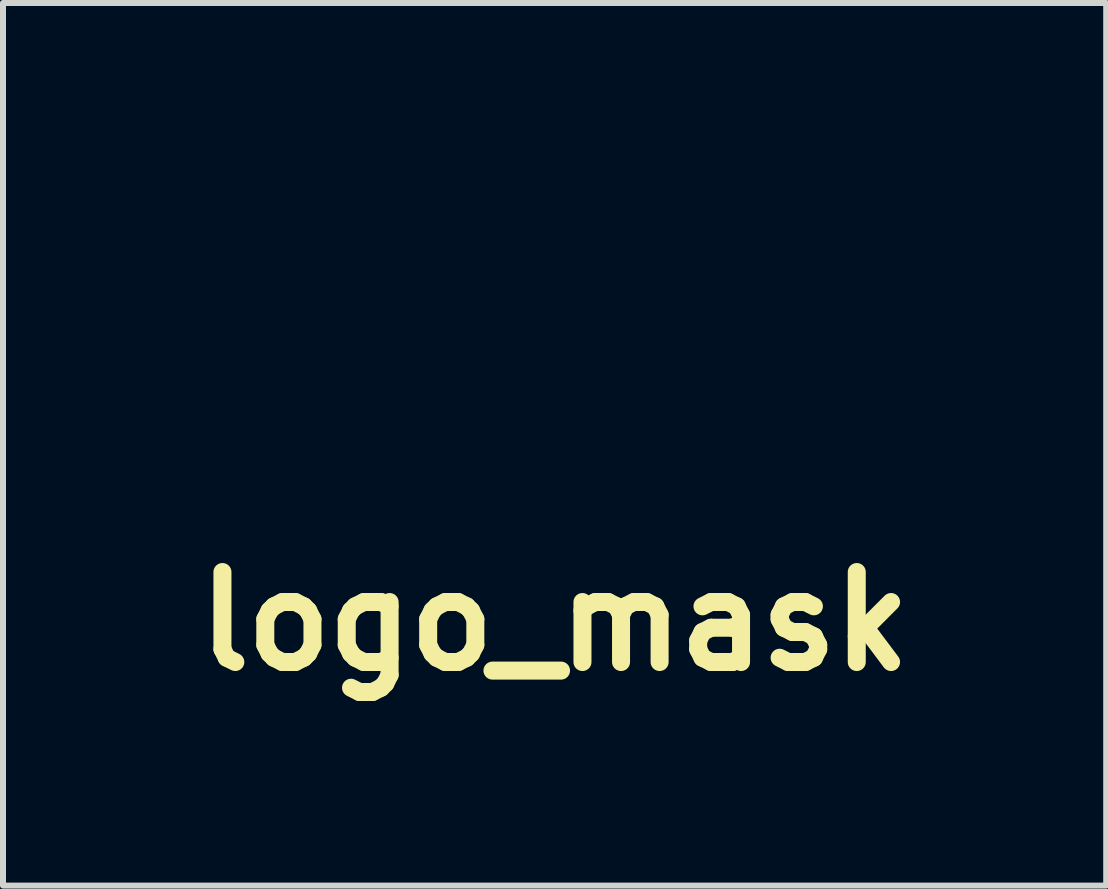
<source format=kicad_pcb>
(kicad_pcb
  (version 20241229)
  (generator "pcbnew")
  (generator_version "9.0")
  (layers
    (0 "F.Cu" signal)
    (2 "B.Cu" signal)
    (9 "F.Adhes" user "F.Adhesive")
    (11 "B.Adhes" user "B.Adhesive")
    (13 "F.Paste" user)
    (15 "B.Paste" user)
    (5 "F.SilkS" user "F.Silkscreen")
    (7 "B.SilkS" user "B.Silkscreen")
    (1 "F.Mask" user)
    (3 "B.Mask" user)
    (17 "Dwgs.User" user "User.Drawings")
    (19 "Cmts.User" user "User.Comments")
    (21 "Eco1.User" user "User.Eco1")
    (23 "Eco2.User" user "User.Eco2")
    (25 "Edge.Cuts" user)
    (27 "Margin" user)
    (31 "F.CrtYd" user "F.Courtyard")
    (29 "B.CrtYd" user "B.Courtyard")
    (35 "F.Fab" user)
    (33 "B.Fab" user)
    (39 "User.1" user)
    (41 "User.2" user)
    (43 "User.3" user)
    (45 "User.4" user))
  (footprint "logo_mask"
    (layer "F.Cu")
    (at 6.193 3.705)
    (property "Reference" "logo_mask" (at 0 3.6 0) (layer "F.SilkS") (effects (font (size 1.5 1.5) (thickness 0.3))))
    (attr board_only exclude_from_pos_files exclude_from_bom)
    (fp_poly (pts (xy -1.88 0.69) (xy -1.89 0.7) (xy -1.9 0.69) (xy -1.89 0.68)) (stroke (width 0) (type solid)) (fill yes) (layer "F.Mask"))
    (fp_poly (pts (xy -1.3 1.77) (xy -1.31 1.78) (xy -1.32 1.77) (xy -1.31 1.76)) (stroke (width 0) (type solid)) (fill yes) (layer "F.Mask"))
    (fp_poly (pts (xy -0.96 -3.21) (xy -0.97 -3.2) (xy -0.98 -3.21) (xy -0.97 -3.22)) (stroke (width 0) (type solid)) (fill yes) (layer "F.Mask"))
    (fp_poly (pts (xy -0.12 -2.61) (xy -0.13 -2.6) (xy -0.14 -2.61) (xy -0.13 -2.62)) (stroke (width 0) (type solid)) (fill yes) (layer "F.Mask"))
    (fp_poly (pts (xy 0.02 -3.51) (xy 0.01 -3.5) (xy 0 -3.51) (xy 0.01 -3.52)) (stroke (width 0) (type solid)) (fill yes) (layer "F.Mask"))
    (fp_poly (pts (xy 0.08 -3.53) (xy 0.07 -3.52) (xy 0.06 -3.53) (xy 0.07 -3.54)) (stroke (width 0) (type solid)) (fill yes) (layer "F.Mask"))
    (fp_poly (pts (xy 0.22 2.27) (xy 0.21 2.28) (xy 0.2 2.27) (xy 0.21 2.26)) (stroke (width 0) (type solid)) (fill yes) (layer "F.Mask"))
    (fp_poly (pts (xy 0.24 -1.61) (xy 0.23 -1.6) (xy 0.22 -1.61) (xy 0.23 -1.62)) (stroke (width 0) (type solid)) (fill yes) (layer "F.Mask"))
    (fp_poly (pts (xy 0.32 2.29) (xy 0.31 2.3) (xy 0.3 2.29) (xy 0.31 2.28)) (stroke (width 0) (type solid)) (fill yes) (layer "F.Mask"))
    (fp_poly (pts (xy 0.6 2.13) (xy 0.59 2.14) (xy 0.58 2.13) (xy 0.59 2.12)) (stroke (width 0) (type solid)) (fill yes) (layer "F.Mask"))
    (fp_poly (pts (xy 0.62 2.27) (xy 0.61 2.28) (xy 0.6 2.27) (xy 0.61 2.26)) (stroke (width 0) (type solid)) (fill yes) (layer "F.Mask"))
    (fp_poly (pts (xy 0.74 -2.51) (xy 0.73 -2.5) (xy 0.72 -2.51) (xy 0.73 -2.52)) (stroke (width 0) (type solid)) (fill yes) (layer "F.Mask"))
    (fp_poly (pts (xy 0.74 2.25) (xy 0.73 2.26) (xy 0.72 2.25) (xy 0.73 2.24)) (stroke (width 0) (type solid)) (fill yes) (layer "F.Mask"))
    (fp_poly (pts (xy 1.08 1.67) (xy 1.07 1.68) (xy 1.06 1.67) (xy 1.07 1.66)) (stroke (width 0) (type solid)) (fill yes) (layer "F.Mask"))
    (fp_poly (pts (xy 1.48 1.25) (xy 1.47 1.26) (xy 1.46 1.25) (xy 1.47 1.24)) (stroke (width 0) (type solid)) (fill yes) (layer "F.Mask"))
    (fp_poly (pts (xy 1.82 -0.83) (xy 1.81 -0.82) (xy 1.8 -0.83) (xy 1.81 -0.84)) (stroke (width 0) (type solid)) (fill yes) (layer "F.Mask"))
    (fp_poly (pts (xy 0.155 2.268) (xy 0.149 2.277) (xy 0.128 2.278) (xy 0.107 2.274) (xy 0.116 2.266) (xy 0.148 2.264)) (stroke (width 0) (type solid)) (fill yes) (layer "F.Mask"))
    (fp_poly (pts (xy 0.375 2.148) (xy 0.369 2.157) (xy 0.348 2.158) (xy 0.327 2.154) (xy 0.336 2.146) (xy 0.368 2.144)) (stroke (width 0) (type solid)) (fill yes) (layer "F.Mask"))
    (fp_poly (pts (xy 0.695 2.268) (xy 0.689 2.277) (xy 0.668 2.278) (xy 0.647 2.274) (xy 0.656 2.266) (xy 0.688 2.264)) (stroke (width 0) (type solid)) (fill yes) (layer "F.Mask"))
    (fp_poly (pts (xy 1.053 1.727) (xy 1.056 1.75) (xy 1.053 1.753) (xy 1.041 1.751) (xy 1.04 1.74) (xy 1.047 1.724)) (stroke (width 0) (type solid)) (fill yes) (layer "F.Mask"))
    (fp_poly (pts (xy 1.813 -0.793) (xy 1.816 -0.77) (xy 1.813 -0.767) (xy 1.801 -0.769) (xy 1.8 -0.78) (xy 1.807 -0.796)) (stroke (width 0) (type solid)) (fill yes) (layer "F.Mask"))
    (fp_poly (pts (xy -0.763 1.928) (xy -0.742 1.948) (xy -0.746 1.96) (xy -0.749 1.96) (xy -0.766 1.946) (xy -0.772 1.937) (xy -0.774 1.923)) (stroke (width 0) (type solid)) (fill yes) (layer "F.Mask"))
    (fp_poly (pts (xy 0.26 -3.368) (xy 0.262 -3.365) (xy 0.278 -3.339) (xy 0.276 -3.329) (xy 0.261 -3.335) (xy 0.251 -3.354) (xy 0.245 -3.378)) (stroke (width 0) (type solid)) (fill yes) (layer "F.Mask"))
    (fp_poly (pts (xy 0.689 -3.388) (xy 0.717 -3.371) (xy 0.712 -3.361) (xy 0.701 -3.36) (xy 0.674 -3.375) (xy 0.67 -3.38) (xy 0.673 -3.391)) (stroke (width 0) (type solid)) (fill yes) (layer "F.Mask"))
    (fp_poly (pts (xy 0.547 2.141) (xy 0.547 2.145) (xy 0.525 2.153) (xy 0.483 2.159) (xy 0.438 2.16) (xy 0.406 2.157) (xy 0.4 2.152) (xy 0.418 2.145) (xy 0.462 2.138) (xy 0.478 2.137) (xy 0.525 2.135)) (stroke (width 0) (type solid)) (fill yes) (layer "F.Mask"))
    (fp_poly (pts (xy 0.039 -2.686) (xy 0.024 -2.667) (xy -0.015 -2.633) (xy -0.056 -2.602) (xy -0.104 -2.568) (xy -0.122 -2.561) (xy -0.11 -2.579) (xy -0.11 -2.579) (xy -0.071 -2.618) (xy -0.028 -2.654) (xy 0.011 -2.68) (xy 0.035 -2.69)) (stroke (width 0) (type solid)) (fill yes) (layer "F.Mask"))
    (fp_poly (pts (xy 1.271 -3.451) (xy 1.296 -3.426) (xy 1.288 -3.4) (xy 1.282 -3.392) (xy 1.254 -3.365) (xy 1.225 -3.366) (xy 1.195 -3.382) (xy 1.163 -3.411) (xy 1.166 -3.42) (xy 1.2 -3.42) (xy 1.216 -3.402) (xy 1.23 -3.4) (xy 1.257 -3.411) (xy 1.26 -3.42) (xy 1.244 -3.438) (xy 1.23 -3.44) (xy 1.203 -3.429) (xy 1.2 -3.42) (xy 1.166 -3.42) (xy 1.172 -3.441) (xy 1.197 -3.459) (xy 1.242 -3.466)) (stroke (width 0) (type solid)) (fill yes) (layer "F.Mask"))
    (fp_poly (pts (xy 1.66 -2.088) (xy 1.674 -2.058) (xy 1.692 -1.996) (xy 1.712 -1.912) (xy 1.733 -1.812) (xy 1.752 -1.705) (xy 1.768 -1.6) (xy 1.78 -1.505) (xy 1.781 -1.5) (xy 1.793 -1.393) (xy 1.81 -1.275) (xy 1.828 -1.171) (xy 1.828 -1.17) (xy 1.846 -1.065) (xy 1.86 -0.956) (xy 1.87 -0.852) (xy 1.875 -0.76) (xy 1.876 -0.688) (xy 1.871 -0.643) (xy 1.865 -0.633) (xy 1.842 -0.637) (xy 1.832 -0.651) (xy 1.831 -0.672) (xy 1.84 -0.67) (xy 1.85 -0.68) (xy 1.852 -0.722) (xy 1.85 -0.744) (xy 1.844 -0.812) (xy 1.836 -0.898) (xy 1.83 -0.96) (xy 1.822 -1.031) (xy 1.811 -1.11) (xy 1.795 -1.201) (xy 1.772 -1.314) (xy 1.742 -1.454) (xy 1.721 -1.552) (xy 1.699 -1.651) (xy 1.686 -1.715) (xy 1.682 -1.749) (xy 1.685 -1.758) (xy 1.696 -1.746) (xy 1.7 -1.74) (xy 1.716 -1.725) (xy 1.72 -1.745) (xy 1.713 -1.796) (xy 1.697 -1.872) (xy 1.68 -1.935) (xy 1.657 -2.019) (xy 1.645 -2.071) (xy 1.642 -2.095) (xy 1.648 -2.098)) (stroke (width 0) (type solid)) (fill yes) (layer "F.Mask"))
    (fp_poly (pts (xy 1.168 -1.864) (xy 1.221 -1.821) (xy 1.27 -1.762) (xy 1.308 -1.697) (xy 1.329 -1.634) (xy 1.327 -1.583) (xy 1.319 -1.569) (xy 1.306 -1.54) (xy 1.323 -1.507) (xy 1.328 -1.502) (xy 1.354 -1.457) (xy 1.373 -1.397) (xy 1.373 -1.393) (xy 1.377 -1.357) (xy 1.372 -1.327) (xy 1.352 -1.295) (xy 1.313 -1.252) (xy 1.25 -1.191) (xy 1.189 -1.135) (xy 1.139 -1.094) (xy 1.106 -1.073) (xy 1.097 -1.072) (xy 1.069 -1.071) (xy 1.045 -1.06) (xy 1.021 -1.043) (xy 1.031 -1.044) (xy 1.045 -1.048) (xy 1.074 -1.048) (xy 1.08 -1.039) (xy 1.062 -1.029) (xy 1.015 -1.022) (xy 0.965 -1.02) (xy 0.877 -1.017) (xy 0.786 -1.011) (xy 0.748 -1.007) (xy 0.683 -1.004) (xy 0.642 -1.009) (xy 0.633 -1.015) (xy 0.607 -1.031) (xy 0.558 -1.045) (xy 0.556 -1.045) (xy 0.649 -1.045) (xy 0.668 -1.042) (xy 0.694 -1.045) (xy 0.695 -1.052) (xy 0.668 -1.057) (xy 0.656 -1.054) (xy 0.649 -1.045) (xy 0.556 -1.045) (xy 0.542 -1.047) (xy 0.469 -1.072) (xy 0.415 -1.106) (xy 0.461 -1.106) (xy 0.482 -1.091) (xy 0.505 -1.081) (xy 0.559 -1.063) (xy 0.58 -1.066) (xy 0.58 -1.068) (xy 0.76 -1.068) (xy 0.778 -1.063) (xy 0.822 -1.06) (xy 0.835 -1.06) (xy 0.88 -1.064) (xy 0.888 -1.074) (xy 0.884 -1.077) (xy 0.853 -1.085) (xy 0.81 -1.085) (xy 0.773 -1.078) (xy 0.76 -1.068) (xy 0.58 -1.068) (xy 0.58 -1.068) (xy 0.563 -1.079) (xy 0.523 -1.096) (xy 0.52 -1.097) (xy 0.475 -1.109) (xy 0.461 -1.106) (xy 0.415 -1.106) (xy 0.392 -1.12) (xy 0.38 -1.13) (xy 0.378 -1.131) (xy 0.983 -1.131) (xy 0.988 -1.121) (xy 0.999 -1.12) (xy 1.026 -1.135) (xy 1.03 -1.14) (xy 1.027 -1.151) (xy 1.011 -1.148) (xy 0.983 -1.131) (xy 0.378 -1.131) (xy 0.329 -1.172) (xy 0.288 -1.204) (xy 0.28 -1.21) (xy 1.04 -1.21) (xy 1.05 -1.2) (xy 1.057 -1.207) (xy 1.187 -1.207) (xy 1.213 -1.213) (xy 1.257 -1.235) (xy 1.302 -1.273) (xy 1.303 -1.275) (xy 1.331 -1.306) (xy 1.332 -1.314) (xy 1.31 -1.303) (xy 1.265 -1.274) (xy 1.22 -1.241) (xy 1.188 -1.215) (xy 1.187 -1.207) (xy 1.057 -1.207) (xy 1.06 -1.21) (xy 1.05 -1.22) (xy 1.04 -1.21) (xy 0.28 -1.21) (xy 0.273 -1.215) (xy 0.261 -1.23) (xy 1.12 -1.23) (xy 1.13 -1.22) (xy 1.14 -1.23) (xy 1.13 -1.24) (xy 1.12 -1.23) (xy 0.261 -1.23) (xy 0.25 -1.244) (xy 0.224 -1.299) (xy 0.199 -1.365) (xy 0.186 -1.411) (xy 0.194 -1.46) (xy 0.228 -1.514) (xy 0.258 -1.554) (xy 0.269 -1.581) (xy 0.268 -1.585) (xy 0.274 -1.605) (xy 0.301 -1.64) (xy 0.341 -1.683) (xy 0.385 -1.723) (xy 0.423 -1.751) (xy 0.444 -1.76) (xy 0.478 -1.754) (xy 0.537 -1.739) (xy 0.602 -1.719) (xy 0.73 -1.678) (xy 0.794 -1.754) (xy 0.834 -1.798) (xy 0.865 -1.826) (xy 0.874 -1.831) (xy 0.903 -1.84) (xy 0.93 -1.854) (xy 1.009 -1.878) (xy 1.116 -1.882)) (stroke (width 0) (type solid)) (fill yes) (layer "F.Mask"))
    (fp_poly (pts (xy 0.848 -3.063) (xy 0.843 -3.039) (xy 0.821 -3.021) (xy 0.794 -2.994) (xy 0.792 -2.973) (xy 0.784 -2.945) (xy 0.752 -2.905) (xy 0.726 -2.88) (xy 0.664 -2.822) (xy 0.633 -2.786) (xy 0.636 -2.772) (xy 0.67 -2.78) (xy 0.67 -2.78) (xy 0.712 -2.795) (xy 0.729 -2.795) (xy 0.72 -2.778) (xy 0.685 -2.74) (xy 0.643 -2.697) (xy 0.586 -2.636) (xy 0.559 -2.595) (xy 0.559 -2.571) (xy 0.56 -2.57) (xy 0.569 -2.541) (xy 0.565 -2.53) (xy 0.568 -2.526) (xy 0.595 -2.538) (xy 0.637 -2.551) (xy 0.668 -2.536) (xy 0.668 -2.536) (xy 0.683 -2.514) (xy 0.674 -2.488) (xy 0.645 -2.456) (xy 0.618 -2.419) (xy 0.597 -2.375) (xy 0.585 -2.335) (xy 0.585 -2.31) (xy 0.599 -2.309) (xy 0.613 -2.301) (xy 0.625 -2.269) (xy 0.63 -2.228) (xy 0.626 -2.194) (xy 0.623 -2.189) (xy 0.595 -2.175) (xy 0.574 -2.176) (xy 0.547 -2.194) (xy 0.548 -2.212) (xy 0.548 -2.231) (xy 0.519 -2.23) (xy 0.506 -2.227) (xy 0.47 -2.221) (xy 0.462 -2.235) (xy 0.467 -2.25) (xy 0.468 -2.289) (xy 0.456 -2.302) (xy 0.446 -2.321) (xy 0.464 -2.354) (xy 0.481 -2.373) (xy 0.504 -2.402) (xy 0.503 -2.407) (xy 0.496 -2.403) (xy 0.455 -2.387) (xy 0.427 -2.404) (xy 0.42 -2.431) (xy 0.412 -2.452) (xy 0.447 -2.452) (xy 0.452 -2.447) (xy 0.465 -2.451) (xy 0.499 -2.477) (xy 0.508 -2.492) (xy 0.514 -2.517) (xy 0.5 -2.511) (xy 0.469 -2.479) (xy 0.447 -2.452) (xy 0.412 -2.452) (xy 0.409 -2.457) (xy 0.383 -2.451) (xy 0.359 -2.429) (xy 0.294 -2.378) (xy 0.211 -2.349) (xy 0.2 -2.347) (xy 0.14 -2.338) (xy 0.095 -2.329) (xy 0.055 -2.324) (xy 0.043 -2.337) (xy 0.06 -2.372) (xy 0.106 -2.43) (xy 0.112 -2.436) (xy 0.151 -2.488) (xy 0.161 -2.515) (xy 0.14 -2.516) (xy 0.089 -2.49) (xy 0.084 -2.487) (xy 0.062 -2.477) (xy 0.07 -2.49) (xy 0.109 -2.528) (xy 0.11 -2.528) (xy 0.147 -2.562) (xy 0.204 -2.562) (xy 0.206 -2.556) (xy 0.231 -2.567) (xy 0.271 -2.593) (xy 0.29 -2.608) (xy 0.313 -2.63) (xy 0.31 -2.639) (xy 0.283 -2.627) (xy 0.241 -2.597) (xy 0.23 -2.588) (xy 0.204 -2.562) (xy 0.147 -2.562) (xy 0.19 -2.602) (xy 0.08 -2.547) (xy -0.038 -2.489) (xy -0.124 -2.447) (xy -0.185 -2.419) (xy -0.225 -2.403) (xy -0.249 -2.398) (xy -0.261 -2.401) (xy -0.268 -2.411) (xy -0.268 -2.412) (xy -0.258 -2.44) (xy -0.21 -2.475) (xy -0.195 -2.483) (xy -0.075 -2.552) (xy 0.004 -2.613) (xy 0.204 -2.613) (xy 0.204 -2.6) (xy 0.208 -2.6) (xy 0.224 -2.614) (xy 0.243 -2.635) (xy 0.25 -2.646) (xy 0.422 -2.646) (xy 0.428 -2.64) (xy 0.434 -2.64) (xy 0.462 -2.654) (xy 0.483 -2.675) (xy 0.5 -2.698) (xy 0.49 -2.695) (xy 0.47 -2.681) (xy 0.436 -2.656) (xy 0.422 -2.646) (xy 0.25 -2.646) (xy 0.26 -2.659) (xy 0.249 -2.654) (xy 0.235 -2.643) (xy 0.204 -2.613) (xy 0.004 -2.613) (xy 0.015 -2.622) (xy 0.045 -2.654) (xy 0.071 -2.673) (xy 0.127 -2.673) (xy 0.129 -2.661) (xy 0.14 -2.66) (xy 0.143 -2.661) (xy 0.285 -2.661) (xy 0.288 -2.66) (xy 0.306 -2.674) (xy 0.31 -2.68) (xy 0.315 -2.699) (xy 0.312 -2.7) (xy 0.294 -2.686) (xy 0.29 -2.68) (xy 0.285 -2.661) (xy 0.143 -2.661) (xy 0.156 -2.667) (xy 0.153 -2.673) (xy 0.13 -2.676) (xy 0.127 -2.673) (xy 0.071 -2.673) (xy 0.09 -2.687) (xy 0.149 -2.71) (xy 0.156 -2.711) (xy 0.213 -2.722) (xy 0.256 -2.733) (xy 0.26 -2.735) (xy 0.301 -2.743) (xy 0.314 -2.743) (xy 0.343 -2.751) (xy 0.398 -2.779) (xy 0.469 -2.82) (xy 0.55 -2.87) (xy 0.632 -2.925) (xy 0.682 -2.96) (xy 0.73 -2.96) (xy 0.731 -2.942) (xy 0.738 -2.94) (xy 0.766 -2.955) (xy 0.77 -2.96) (xy 0.769 -2.978) (xy 0.762 -2.98) (xy 0.734 -2.965) (xy 0.73 -2.96) (xy 0.682 -2.96) (xy 0.709 -2.979) (xy 0.773 -3.028) (xy 0.793 -3.045) (xy 0.83 -3.068)) (stroke (width 0) (type solid)) (fill yes) (layer "F.Mask"))
    (fp_poly (pts (xy -0.2 -3.684) (xy -0.184 -3.674) (xy -0.153 -3.665) (xy -0.093 -3.659) (xy -0.019 -3.658) (xy -0.013 -3.658) (xy 0.135 -3.651) (xy 0.302 -3.621) (xy 0.49 -3.566) (xy 0.703 -3.487) (xy 0.797 -3.448) (xy 0.882 -3.396) (xy 0.975 -3.314) (xy 1.071 -3.207) (xy 1.164 -3.084) (xy 1.249 -2.949) (xy 1.311 -2.83) (xy 1.35 -2.752) (xy 1.393 -2.674) (xy 1.421 -2.63) (xy 1.464 -2.56) (xy 1.509 -2.477) (xy 1.554 -2.388) (xy 1.594 -2.302) (xy 1.625 -2.224) (xy 1.646 -2.164) (xy 1.652 -2.128) (xy 1.65 -2.123) (xy 1.643 -2.118) (xy 1.636 -2.122) (xy 1.626 -2.14) (xy 1.609 -2.178) (xy 1.583 -2.243) (xy 1.552 -2.321) (xy 1.516 -2.408) (xy 1.481 -2.484) (xy 1.452 -2.541) (xy 1.44 -2.561) (xy 1.423 -2.58) (xy 1.415 -2.582) (xy 1.417 -2.559) (xy 1.427 -2.508) (xy 1.444 -2.433) (xy 1.465 -2.324) (xy 1.472 -2.243) (xy 1.468 -2.204) (xy 1.46 -2.183) (xy 1.453 -2.191) (xy 1.445 -2.232) (xy 1.438 -2.295) (xy 1.409 -2.462) (xy 1.356 -2.638) (xy 1.282 -2.814) (xy 1.193 -2.981) (xy 1.092 -3.133) (xy 0.985 -3.261) (xy 0.874 -3.357) (xy 0.87 -3.36) (xy 0.813 -3.397) (xy 0.775 -3.417) (xy 0.76 -3.418) (xy 0.773 -3.399) (xy 0.776 -3.396) (xy 0.797 -3.362) (xy 0.796 -3.337) (xy 0.773 -3.332) (xy 0.769 -3.333) (xy 0.748 -3.349) (xy 0.749 -3.356) (xy 0.748 -3.378) (xy 0.721 -3.409) (xy 0.678 -3.441) (xy 0.63 -3.465) (xy 0.607 -3.472) (xy 0.562 -3.485) (xy 0.54 -3.499) (xy 0.54 -3.501) (xy 0.522 -3.514) (xy 0.476 -3.535) (xy 0.411 -3.559) (xy 0.405 -3.561) (xy 0.333 -3.585) (xy 0.274 -3.605) (xy 0.24 -3.616) (xy 0.24 -3.616) (xy 0.221 -3.619) (xy 0.233 -3.601) (xy 0.235 -3.599) (xy 0.257 -3.56) (xy 0.26 -3.542) (xy 0.256 -3.524) (xy 0.24 -3.538) (xy 0.235 -3.544) (xy 0.195 -3.571) (xy 0.126 -3.593) (xy 0.041 -3.609) (xy -0.05 -3.618) (xy -0.134 -3.618) (xy -0.2 -3.608) (xy -0.221 -3.599) (xy -0.253 -3.589) (xy -0.26 -3.599) (xy -0.277 -3.613) (xy -0.32 -3.62) (xy -0.325 -3.62) (xy -0.391 -3.615) (xy -0.446 -3.604) (xy -0.477 -3.589) (xy -0.48 -3.582) (xy -0.462 -3.574) (xy -0.412 -3.561) (xy -0.338 -3.546) (xy -0.265 -3.533) (xy -0.178 -3.517) (xy -0.085 -3.495) (xy 0.007 -3.47) (xy 0.09 -3.445) (xy 0.158 -3.422) (xy 0.202 -3.402) (xy 0.215 -3.389) (xy 0.214 -3.388) (xy 0.193 -3.39) (xy 0.144 -3.402) (xy 0.08 -3.422) (xy 0.005 -3.442) (xy -0.062 -3.454) (xy -0.103 -3.455) (xy -0.139 -3.454) (xy -0.148 -3.463) (xy -0.162 -3.47) (xy -0.208 -3.473) (xy -0.277 -3.474) (xy -0.324 -3.473) (xy -0.459 -3.461) (xy -0.57 -3.435) (xy -0.67 -3.39) (xy -0.74 -3.347) (xy -0.79 -3.313) (xy -0.75 -3.356) (xy -0.706 -3.392) (xy -0.647 -3.431) (xy -0.63 -3.44) (xy -0.55 -3.481) (xy -0.645 -3.472) (xy -0.705 -3.461) (xy -0.775 -3.44) (xy -0.845 -3.414) (xy -0.908 -3.386) (xy -0.952 -3.36) (xy -0.969 -3.341) (xy -0.968 -3.337) (xy -0.977 -3.324) (xy -1.007 -3.32) (xy -1.058 -3.302) (xy -1.088 -3.27) (xy -1.108 -3.235) (xy -1.109 -3.22) (xy -1.109 -3.22) (xy -1.112 -3.207) (xy -1.136 -3.173) (xy -1.148 -3.158) (xy -1.183 -3.108) (xy -1.188 -3.081) (xy -1.168 -3.08) (xy -1.126 -3.109) (xy -1.105 -3.129) (xy -1.059 -3.171) (xy -1.023 -3.196) (xy -1.005 -3.2) (xy -1.009 -3.182) (xy -1.012 -3.177) (xy -1.012 -3.163) (xy -0.998 -3.166) (xy -0.961 -3.18) (xy -0.907 -3.198) (xy -0.897 -3.201) (xy -0.843 -3.228) (xy -0.805 -3.262) (xy -0.801 -3.268) (xy -0.788 -3.289) (xy -0.789 -3.275) (xy -0.79 -3.246) (xy -0.782 -3.24) (xy -0.758 -3.246) (xy -0.704 -3.264) (xy -0.627 -3.29) (xy -0.535 -3.322) (xy -0.508 -3.332) (xy -0.391 -3.373) (xy -0.306 -3.403) (xy -0.248 -3.422) (xy -0.211 -3.433) (xy -0.19 -3.435) (xy -0.179 -3.432) (xy -0.172 -3.423) (xy -0.169 -3.419) (xy -0.165 -3.403) (xy -0.176 -3.407) (xy -0.202 -3.406) (xy -0.257 -3.392) (xy -0.333 -3.368) (xy -0.411 -3.34) (xy -0.499 -3.308) (xy -0.575 -3.282) (xy -0.629 -3.265) (xy -0.653 -3.26) (xy -0.678 -3.248) (xy -0.68 -3.239) (xy -0.692 -3.226) (xy -0.698 -3.228) (xy -0.724 -3.228) (xy -0.777 -3.216) (xy -0.846 -3.195) (xy -0.858 -3.191) (xy -0.931 -3.168) (xy -0.991 -3.155) (xy -1.027 -3.152) (xy -1.029 -3.153) (xy -1.06 -3.144) (xy -1.1 -3.105) (xy -1.146 -3.042) (xy -1.193 -2.961) (xy -1.24 -2.87) (xy -1.281 -2.775) (xy -1.314 -2.683) (xy -1.334 -2.602) (xy -1.34 -2.549) (xy -1.337 -2.525) (xy -1.322 -2.531) (xy -1.303 -2.547) (xy -1.267 -2.575) (xy -1.252 -2.577) (xy -1.263 -2.555) (xy -1.277 -2.538) (xy -1.315 -2.475) (xy -1.341 -2.381) (xy -1.358 -2.264) (xy -1.363 -2.131) (xy -1.357 -1.992) (xy -1.339 -1.854) (xy -1.313 -1.738) (xy -1.289 -1.656) (xy -1.266 -1.586) (xy -1.248 -1.538) (xy -1.243 -1.528) (xy -1.222 -1.477) (xy -1.212 -1.44) (xy -1.18 -1.364) (xy -1.127 -1.307) (xy -1.063 -1.277) (xy -1.038 -1.275) (xy -0.995 -1.274) (xy -0.989 -1.269) (xy -1.014 -1.255) (xy -1.015 -1.255) (xy -1.049 -1.234) (xy -1.06 -1.221) (xy -1.048 -1.195) (xy -1.015 -1.148) (xy -0.969 -1.088) (xy -0.916 -1.026) (xy -0.896 -1.003) (xy -0.84 -0.938) (xy -0.793 -0.879) (xy -0.76 -0.829) (xy -0.743 -0.796) (xy -0.746 -0.784) (xy -0.76 -0.79) (xy -0.775 -0.797) (xy -0.777 -0.786) (xy -0.764 -0.751) (xy -0.74 -0.697) (xy -0.708 -0.584) (xy -0.706 -0.464) (xy -0.719 -0.4) (xy -0.725 -0.346) (xy -0.72 -0.31) (xy -0.715 -0.26) (xy -0.721 -0.22) (xy -0.732 -0.189) (xy -0.737 -0.196) (xy -0.738 -0.21) (xy -0.746 -0.215) (xy -0.767 -0.188) (xy -0.796 -0.131) (xy -0.798 -0.127) (xy -0.831 -0.063) (xy -0.86 -0.014) (xy -0.878 0.009) (xy -0.892 0.033) (xy -0.889 0.041) (xy -0.897 0.062) (xy -0.929 0.083) (xy -0.969 0.105) (xy -0.977 0.128) (xy -0.963 0.156) (xy -0.946 0.158) (xy -0.917 0.128) (xy -0.874 0.064) (xy -0.833 -0.005) (xy -0.799 -0.069) (xy -0.78 -0.11) (xy -0.762 -0.145) (xy -0.748 -0.154) (xy -0.747 -0.154) (xy -0.75 -0.131) (xy -0.768 -0.084) (xy -0.798 -0.022) (xy -0.834 0.046) (xy -0.872 0.109) (xy -0.906 0.158) (xy -0.912 0.166) (xy -0.944 0.218) (xy -0.96 0.268) (xy -0.96 0.273) (xy -0.977 0.338) (xy -1.025 0.411) (xy -1.096 0.489) (xy -1.184 0.563) (xy -1.281 0.63) (xy -1.382 0.683) (xy -1.461 0.71) (xy -1.581 0.733) (xy -1.693 0.739) (xy -1.775 0.727) (xy -1.807 0.71) (xy -1.808 0.687) (xy -1.693 0.687) (xy -1.691 0.699) (xy -1.68 0.7) (xy -1.664 0.693) (xy -1.667 0.687) (xy -1.69 0.684) (xy -1.693 0.687) (xy -1.808 0.687) (xy -1.809 0.674) (xy -1.808 0.668) (xy -1.807 0.659) (xy -1.78 0.659) (xy -1.765 0.679) (xy -1.76 0.68) (xy -1.751 0.677) (xy -1.607 0.677) (xy -1.584 0.679) (xy -1.541 0.671) (xy -1.48 0.648) (xy -1.439 0.63) (xy -1.419 0.619) (xy -1.335 0.619) (xy -1.332 0.62) (xy -1.314 0.606) (xy -1.31 0.6) (xy -1.305 0.581) (xy -1.308 0.58) (xy -1.326 0.594) (xy -1.33 0.6) (xy -1.335 0.619) (xy -1.419 0.619) (xy -1.385 0.601) (xy -1.349 0.58) (xy -1.34 0.572) (xy -1.357 0.573) (xy -1.4 0.586) (xy -1.46 0.607) (xy -1.527 0.634) (xy -1.56 0.648) (xy -1.601 0.667) (xy -1.607 0.677) (xy -1.751 0.677) (xy -1.741 0.673) (xy -1.74 0.671) (xy -1.754 0.654) (xy -1.76 0.65) (xy -1.778 0.652) (xy -1.78 0.659) (xy -1.807 0.659) (xy -1.804 0.634) (xy -1.819 0.622) (xy -1.858 0.632) (xy -1.924 0.662) (xy -1.936 0.668) (xy -2.05 0.74) (xy -2.125 0.819) (xy -2.163 0.907) (xy -2.163 1.007) (xy -2.151 1.058) (xy -2.13 1.097) (xy -2.107 1.101) (xy -2.088 1.073) (xy -2.078 1.016) (xy -2.077 1.005) (xy -2.075 0.91) (xy -2.06 1.025) (xy -2.047 1.094) (xy -2.031 1.149) (xy -2.019 1.172) (xy -1.995 1.209) (xy -1.988 1.227) (xy -1.978 1.261) (xy -1.962 1.305) (xy -1.94 1.347) (xy -1.909 1.36) (xy -1.886 1.359) (xy -1.869 1.373) (xy -1.857 1.397) (xy -1.833 1.428) (xy -1.78 1.477) (xy -1.702 1.54) (xy -1.604 1.613) (xy -1.49 1.692) (xy -1.434 1.73) (xy -1.363 1.773) (xy -1.317 1.79) (xy -1.298 1.786) (xy -1.3 1.766) (xy -1.333 1.731) (xy -1.4 1.68) (xy -1.423 1.663) (xy -1.506 1.606) (xy -1.529 1.59) (xy -1.44 1.59) (xy -1.43 1.6) (xy -1.42 1.59) (xy -1.43 1.58) (xy -1.44 1.59) (xy -1.529 1.59) (xy -1.59 1.547) (xy -1.661 1.497) (xy -1.672 1.49) (xy -1.728 1.448) (xy -1.791 1.397) (xy -1.853 1.344) (xy -1.909 1.294) (xy -1.952 1.253) (xy -1.975 1.227) (xy -1.976 1.22) (xy -1.954 1.233) (xy -1.916 1.263) (xy -1.906 1.272) (xy -1.868 1.306) (xy -1.812 1.35) (xy -1.747 1.401) (xy -1.68 1.451) (xy -1.619 1.495) (xy -1.574 1.527) (xy -1.551 1.54) (xy -1.55 1.54) (xy -1.538 1.53) (xy -1.554 1.499) (xy -1.6 1.447) (xy -1.674 1.371) (xy -1.712 1.335) (xy -1.781 1.267) (xy -1.841 1.205) (xy -1.885 1.157) (xy -1.905 1.131) (xy -1.902 1.126) (xy -1.876 1.146) (xy -1.832 1.188) (xy -1.798 1.222) (xy -1.562 1.441) (xy -1.296 1.648) (xy -1.013 1.833) (xy -0.911 1.891) (xy -0.806 1.941) (xy -0.725 1.962) (xy -0.662 1.953) (xy -0.615 1.918) (xy -0.59 1.894) (xy -0.58 1.896) (xy -0.593 1.926) (xy -0.613 1.95) (xy -0.633 1.982) (xy -0.626 1.997) (xy -0.601 2.026) (xy -0.595 2.04) (xy -0.585 2.055) (xy -0.582 2.033) (xy -0.582 2.033) (xy -0.574 2.008) (xy -0.554 2.017) (xy -0.515 2.035) (xy -0.443 2.056) (xy -0.345 2.077) (xy -0.226 2.099) (xy -0.094 2.119) (xy -0.01 2.129) (xy 0.071 2.14) (xy 0.128 2.148) (xy 0.155 2.155) (xy 0.148 2.158) (xy 0.08 2.179) (xy 0.038 2.213) (xy -0.01 2.265) (xy 0.037 2.241) (xy 0.07 2.227) (xy 0.076 2.236) (xy 0.071 2.257) (xy 0.068 2.282) (xy 0.085 2.297) (xy 0.132 2.308) (xy 0.15 2.311) (xy 0.224 2.318) (xy 0.293 2.315) (xy 0.37 2.298) (xy 0.464 2.267) (xy 0.535 2.239) (xy 0.674 2.173) (xy 0.787 2.093) (xy 0.804 2.078) (xy 0.91 1.981) (xy 0.79 1.991) (xy 0.724 1.995) (xy 0.695 1.994) (xy 0.705 1.988) (xy 0.753 1.976) (xy 0.825 1.961) (xy 0.893 1.944) (xy 0.936 1.922) (xy 0.97 1.886) (xy 0.991 1.854) (xy 1.018 1.814) (xy 1.031 1.802) (xy 1.031 1.812) (xy 1.029 1.841) (xy 1.051 1.852) (xy 1.078 1.853) (xy 1.113 1.849) (xy 1.14 1.831) (xy 1.169 1.79) (xy 1.199 1.735) (xy 1.238 1.667) (xy 1.276 1.607) (xy 1.301 1.575) (xy 1.33 1.535) (xy 1.34 1.506) (xy 1.349 1.482) (xy 1.355 1.48) (xy 1.374 1.464) (xy 1.401 1.424) (xy 1.409 1.41) (xy 1.437 1.366) (xy 1.462 1.341) (xy 1.466 1.34) (xy 1.477 1.331) (xy 1.473 1.327) (xy 1.474 1.304) (xy 1.491 1.279) (xy 1.513 1.245) (xy 1.517 1.228) (xy 1.522 1.2) (xy 1.539 1.151) (xy 1.548 1.13) (xy 1.567 1.08) (xy 1.596 1.001) (xy 1.63 0.903) (xy 1.667 0.794) (xy 1.703 0.683) (xy 1.737 0.58) (xy 1.764 0.492) (xy 1.783 0.428) (xy 1.787 0.41) (xy 1.794 0.373) (xy 1.788 0.372) (xy 1.779 0.385) (xy 1.752 0.414) (xy 1.737 0.42) (xy 1.726 0.409) (xy 1.734 0.395) (xy 1.749 0.369) (xy 1.768 0.321) (xy 1.795 0.247) (xy 1.83 0.14) (xy 1.837 0.119) (xy 1.877 -0.036) (xy 1.879 -0.05) (xy 1.9 -0.05) (xy 1.91 -0.04) (xy 1.92 -0.05) (xy 1.91 -0.06) (xy 1.9 -0.05) (xy 1.879 -0.05) (xy 1.908 -0.222) (xy 1.929 -0.43) (xy 1.939 -0.651) (xy 1.94 -0.723) (xy 1.939 -0.874) (xy 1.937 -0.99) (xy 1.932 -1.073) (xy 1.924 -1.129) (xy 1.912 -1.16) (xy 1.897 -1.172) (xy 1.882 -1.17) (xy 1.861 -1.165) (xy 1.874 -1.182) (xy 1.875 -1.183) (xy 1.905 -1.197) (xy 1.92 -1.188) (xy 1.939 -1.149) (xy 1.955 -1.077) (xy 1.967 -0.98) (xy 1.975 -0.864) (xy 1.979 -0.737) (xy 1.978 -0.606) (xy 1.973 -0.478) (xy 1.962 -0.36) (xy 1.961 -0.35) (xy 1.954 -0.278) (xy 1.953 -0.223) (xy 1.958 -0.194) (xy 1.958 -0.194) (xy 1.963 -0.167) (xy 1.959 -0.114) (xy 1.95 -0.064) (xy 1.935 0.000237) (xy 1.909 0.094) (xy 1.877 0.211) (xy 1.839 0.341) (xy 1.798 0.478) (xy 1.758 0.613) (xy 1.719 0.739) (xy 1.684 0.847) (xy 1.657 0.929) (xy 1.651 0.946) (xy 1.629 1.011) (xy 1.616 1.059) (xy 1.615 1.08) (xy 1.616 1.08) (xy 1.63 1.062) (xy 1.654 1.016) (xy 1.685 0.949) (xy 1.719 0.87) (xy 1.753 0.788) (xy 1.782 0.711) (xy 1.804 0.647) (xy 1.814 0.608) (xy 1.826 0.566) (xy 1.84 0.551) (xy 1.843 0.552) (xy 1.852 0.567) (xy 1.85 0.599) (xy 1.836 0.651) (xy 1.809 0.728) (xy 1.766 0.835) (xy 1.736 0.908) (xy 1.663 1.078) (xy 1.592 1.228) (xy 1.517 1.367) (xy 1.434 1.504) (xy 1.337 1.648) (xy 1.221 1.809) (xy 1.16 1.89) (xy 1.061 2.02) (xy 0.983 2.121) (xy 0.922 2.195) (xy 0.875 2.247) (xy 0.84 2.28) (xy 0.815 2.296) (xy 0.798 2.3) (xy 0.767 2.309) (xy 0.76 2.321) (xy 0.742 2.345) (xy 0.696 2.368) (xy 0.632 2.388) (xy 0.563 2.399) (xy 0.534 2.4) (xy 0.471 2.396) (xy 0.384 2.387) (xy 0.287 2.373) (xy 0.19 2.357) (xy 0.104 2.341) (xy 0.042 2.325) (xy 0.03 2.321) (xy 0.409 2.321) (xy 0.417 2.332) (xy 0.455 2.335) (xy 0.514 2.33) (xy 0.583 2.319) (xy 0.655 2.304) (xy 0.72 2.285) (xy 0.744 2.276) (xy 0.806 2.244) (xy 0.858 2.209) (xy 0.874 2.194) (xy 0.895 2.168) (xy 0.893 2.166) (xy 0.863 2.188) (xy 0.852 2.196) (xy 0.801 2.231) (xy 0.778 2.24) (xy 0.781 2.223) (xy 0.81 2.184) (xy 0.865 2.122) (xy 0.876 2.11) (xy 0.94 2.11) (xy 0.95 2.12) (xy 0.96 2.11) (xy 0.95 2.1) (xy 0.94 2.11) (xy 0.876 2.11) (xy 0.881 2.105) (xy 0.905 2.08) (xy 0.964 2.08) (xy 0.983 2.067) (xy 1.01 2.04) (xy 1.033 2.011) (xy 1.036 2) (xy 1.017 2.013) (xy 0.99 2.04) (xy 0.967 2.069) (xy 0.964 2.08) (xy 0.905 2.08) (xy 0.945 2.038) (xy 1.004 1.974) (xy 1.049 1.925) (xy 1.061 1.912) (xy 1.11 1.854) (xy 1.052 1.891) (xy 1.011 1.923) (xy 0.953 1.973) (xy 0.889 2.033) (xy 0.872 2.049) (xy 0.805 2.111) (xy 0.736 2.166) (xy 0.68 2.205) (xy 0.67 2.21) (xy 0.615 2.24) (xy 0.572 2.268) (xy 0.564 2.275) (xy 0.525 2.294) (xy 0.48 2.3) (xy 0.434 2.307) (xy 0.409 2.321) (xy 0.03 2.321) (xy 0.024 2.319) (xy -0.019 2.308) (xy -0.087 2.296) (xy -0.156 2.288) (xy -0.285 2.27) (xy -0.432 2.24) (xy -0.47 2.23) (xy -0.12 2.23) (xy -0.11 2.24) (xy -0.1 2.23) (xy -0.11 2.22) (xy -0.12 2.23) (xy -0.47 2.23) (xy -0.579 2.201) (xy -0.707 2.159) (xy -0.735 2.15) (xy -0.66 2.15) (xy -0.65 2.16) (xy -0.64 2.15) (xy -0.65 2.14) (xy -0.66 2.15) (xy -0.735 2.15) (xy -0.765 2.14) (xy -0.806 2.133) (xy -0.819 2.135) (xy -0.838 2.152) (xy -0.884 2.188) (xy -0.949 2.238) (xy -1.029 2.299) (xy -1.07 2.329) (xy -1.155 2.393) (xy -1.228 2.448) (xy -1.283 2.49) (xy -1.315 2.516) (xy -1.32 2.52) (xy -1.339 2.536) (xy -1.383 2.571) (xy -1.445 2.618) (xy -1.49 2.652) (xy -1.639 2.764) (xy -1.76 2.857) (xy -1.857 2.934) (xy -1.937 3) (xy -2.003 3.058) (xy -2.06 3.113) (xy -2.112 3.169) (xy -2.165 3.23) (xy -2.195 3.265) (xy -2.296 3.385) (xy -2.392 3.495) (xy -2.48 3.59) (xy -2.555 3.668) (xy -2.614 3.724) (xy -2.653 3.755) (xy -2.665 3.76) (xy -2.692 3.773) (xy -2.736 3.808) (xy -2.78 3.85) (xy -2.847 3.908) (xy -2.905 3.937) (xy -2.949 3.937) (xy -2.973 3.91) (xy -2.986 3.897) (xy -3.012 3.905) (xy -3.059 3.939) (xy -3.063 3.942) (xy -3.115 3.979) (xy -3.149 3.992) (xy -3.159 3.983) (xy -3.147 3.956) (xy -3.129 3.92) (xy -3.108 3.868) (xy -3.108 3.865) (xy -3.101 3.845) (xy -2.92 3.845) (xy -2.915 3.885) (xy -2.904 3.9) (xy -2.883 3.887) (xy -2.844 3.852) (xy -2.806 3.815) (xy -2.759 3.761) (xy -2.714 3.703) (xy -2.679 3.648) (xy -2.669 3.63) (xy -2.587 3.63) (xy -2.493 3.541) (xy -2.446 3.494) (xy -2.412 3.46) (xy -2.4 3.446) (xy -2.411 3.437) (xy -2.441 3.458) (xy -2.484 3.503) (xy -2.511 3.535) (xy -2.587 3.63) (xy -2.669 3.63) (xy -2.656 3.605) (xy -2.653 3.582) (xy -2.657 3.58) (xy -2.682 3.593) (xy -2.71 3.62) (xy -2.742 3.645) (xy -2.765 3.647) (xy -2.79 3.652) (xy -2.826 3.683) (xy -2.864 3.729) (xy -2.897 3.781) (xy -2.917 3.828) (xy -2.92 3.845) (xy -3.101 3.845) (xy -3.085 3.8) (xy -3.137 3.841) (xy -3.228 3.911) (xy -3.294 3.959) (xy -3.34 3.987) (xy -3.372 3.998) (xy -3.396 3.995) (xy -3.418 3.979) (xy -3.429 3.969) (xy -3.454 3.931) (xy -3.458 3.918) (xy -3.42 3.918) (xy -3.408 3.956) (xy -3.377 3.963) (xy -3.336 3.938) (xy -3.33 3.932) (xy -3.303 3.901) (xy -3.304 3.886) (xy -3.329 3.874) (xy -3.381 3.866) (xy -3.413 3.888) (xy -3.42 3.918) (xy -3.458 3.918) (xy -3.46 3.909) (xy -3.463 3.888) (xy -3.476 3.883) (xy -3.509 3.895) (xy -3.563 3.922) (xy -3.624 3.947) (xy -3.66 3.947) (xy -3.666 3.942) (xy -3.671 3.921) (xy -3.648 3.907) (xy -3.607 3.886) (xy -3.554 3.854) (xy -3.543 3.846) (xy -3.497 3.82) (xy -3.465 3.809) (xy -3.46 3.81) (xy -3.444 3.799) (xy -3.434 3.782) (xy -3.388 3.782) (xy -3.373 3.787) (xy -3.336 3.776) (xy -3.3 3.758) (xy -3.292 3.743) (xy -3.293 3.742) (xy -3.318 3.72) (xy -3.195 3.72) (xy -3.175 3.707) (xy -3.155 3.69) (xy -3.09 3.69) (xy -3.02 3.63) (xy -2.977 3.593) (xy -2.959 3.579) (xy -2.815 3.579) (xy -2.812 3.58) (xy -2.794 3.566) (xy -2.79 3.56) (xy -2.787 3.547) (xy -2.69 3.547) (xy -2.676 3.545) (xy -2.655 3.535) (xy -2.608 3.501) (xy -2.581 3.465) (xy -2.579 3.459) (xy -2.515 3.459) (xy -2.512 3.46) (xy -2.494 3.446) (xy -2.49 3.44) (xy -2.485 3.421) (xy -2.488 3.42) (xy -2.506 3.434) (xy -2.51 3.44) (xy -2.515 3.459) (xy -2.579 3.459) (xy -2.568 3.432) (xy -2.57 3.424) (xy -2.593 3.442) (xy -2.638 3.488) (xy -2.64 3.49) (xy -2.678 3.53) (xy -2.69 3.547) (xy -2.787 3.547) (xy -2.785 3.541) (xy -2.788 3.54) (xy -2.806 3.554) (xy -2.81 3.56) (xy -2.815 3.579) (xy -2.959 3.579) (xy -2.947 3.569) (xy -2.942 3.565) (xy -2.943 3.55) (xy -2.961 3.558) (xy -2.995 3.588) (xy -3.021 3.615) (xy -3.09 3.69) (xy -3.155 3.69) (xy -3.136 3.673) (xy -3.102 3.64) (xy -3.062 3.597) (xy -3.039 3.568) (xy -3.038 3.56) (xy -3.058 3.573) (xy -3.097 3.607) (xy -3.13 3.64) (xy -3.17 3.683) (xy -3.193 3.712) (xy -3.195 3.72) (xy -3.318 3.72) (xy -3.322 3.716) (xy -3.328 3.71) (xy -3.338 3.706) (xy -3.334 3.725) (xy -3.331 3.754) (xy -3.339 3.76) (xy -3.361 3.744) (xy -3.365 3.736) (xy -3.375 3.732) (xy -3.384 3.754) (xy -3.388 3.782) (xy -3.434 3.782) (xy -3.422 3.761) (xy -3.41 3.735) (xy -3.395 3.702) (xy -3.28 3.702) (xy -3.268 3.719) (xy -3.241 3.71) (xy -3.22 3.69) (xy -3.204 3.659) (xy -3.207 3.647) (xy -3.229 3.647) (xy -3.258 3.668) (xy -3.278 3.694) (xy -3.28 3.702) (xy -3.395 3.702) (xy -3.378 3.666) (xy -3.372 3.655) (xy -3.333 3.655) (xy -3.331 3.66) (xy -3.31 3.649) (xy -3.265 3.62) (xy -3.202 3.578) (xy -3.191 3.57) (xy -3.14 3.57) (xy -3.13 3.58) (xy -3.12 3.57) (xy -3.13 3.56) (xy -3.14 3.57) (xy -3.191 3.57) (xy -3.16 3.548) (xy -3.082 3.491) (xy -3.01 3.432) (xy -2.966 3.391) (xy -2.473 3.391) (xy -2.472 3.4) (xy -2.456 3.385) (xy -2.45 3.377) (xy -2.385 3.377) (xy -2.383 3.38) (xy -2.362 3.366) (xy -2.322 3.331) (xy -2.275 3.284) (xy -2.218 3.218) (xy -2.176 3.163) (xy -2.152 3.123) (xy -2.148 3.101) (xy -2.166 3.102) (xy -2.201 3.126) (xy -2.23 3.154) (xy -2.267 3.2) (xy -2.308 3.253) (xy -2.345 3.307) (xy -2.373 3.351) (xy -2.385 3.377) (xy -2.45 3.377) (xy -2.426 3.346) (xy -2.397 3.305) (xy -2.37 3.261) (xy -2.361 3.239) (xy -2.372 3.244) (xy -2.4 3.275) (xy -2.432 3.317) (xy -2.458 3.36) (xy -2.473 3.391) (xy -2.966 3.391) (xy -2.955 3.38) (xy -2.94 3.363) (xy -2.916 3.339) (xy -2.675 3.339) (xy -2.672 3.34) (xy -2.654 3.326) (xy -2.65 3.32) (xy -2.645 3.301) (xy -2.648 3.3) (xy -2.666 3.314) (xy -2.67 3.32) (xy -2.675 3.339) (xy -2.916 3.339) (xy -2.896 3.319) (xy -2.869 3.309) (xy -2.864 3.313) (xy -2.843 3.32) (xy -2.803 3.296) (xy -2.794 3.289) (xy -2.773 3.27) (xy -2.64 3.27) (xy -2.63 3.28) (xy -2.62 3.27) (xy -2.63 3.26) (xy -2.64 3.27) (xy -2.773 3.27) (xy -2.739 3.241) (xy -2.804 3.253) (xy -2.899 3.283) (xy -3.003 3.335) (xy -3.101 3.4) (xy -3.141 3.434) (xy -3.19 3.48) (xy -3.239 3.533) (xy -3.284 3.585) (xy -3.317 3.628) (xy -3.333 3.655) (xy -3.372 3.655) (xy -3.341 3.602) (xy -3.332 3.59) (xy -3.298 3.544) (xy -3.275 3.508) (xy -3.273 3.505) (xy -3.277 3.5) (xy -3.305 3.514) (xy -3.349 3.541) (xy -3.401 3.577) (xy -3.453 3.615) (xy -3.496 3.651) (xy -3.524 3.678) (xy -3.527 3.681) (xy -3.552 3.707) (xy -3.566 3.706) (xy -3.569 3.689) (xy -3.556 3.666) (xy -3.524 3.634) (xy -3.47 3.591) (xy -3.39 3.533) (xy -3.281 3.459) (xy -3.219 3.418) (xy -3.054 3.307) (xy -2.934 3.225) (xy -2.854 3.225) (xy -2.853 3.232) (xy -2.85 3.231) (xy -2.799 3.214) (xy -2.757 3.203) (xy -2.712 3.178) (xy -2.658 3.129) (xy -2.604 3.065) (xy -2.568 3.01) (xy -2.529 3.01) (xy -2.458 2.95) (xy -2.416 2.91) (xy -1.9 2.91) (xy -1.89 2.92) (xy -1.88 2.91) (xy -1.89 2.9) (xy -1.9 2.91) (xy -2.416 2.91) (xy -2.402 2.897) (xy -2.376 2.87) (xy -1.86 2.87) (xy -1.85 2.88) (xy -1.84 2.87) (xy -1.85 2.86) (xy -1.86 2.87) (xy -2.376 2.87) (xy -2.347 2.839) (xy -1.795 2.839) (xy -1.792 2.84) (xy -1.774 2.826) (xy -1.77 2.82) (xy -1.765 2.801) (xy -1.768 2.8) (xy -1.786 2.814) (xy -1.79 2.82) (xy -1.795 2.839) (xy -2.347 2.839) (xy -2.341 2.833) (xy -2.319 2.807) (xy -2.288 2.77) (xy -1.72 2.77) (xy -1.71 2.78) (xy -1.7 2.77) (xy -1.71 2.76) (xy -1.72 2.77) (xy -2.288 2.77) (xy -2.271 2.751) (xy -2.236 2.71) (xy -1.749 2.71) (xy -1.737 2.707) (xy -1.704 2.686) (xy -1.647 2.644) (xy -1.563 2.581) (xy -1.511 2.541) (xy -1.402 2.456) (xy -1.298 2.369) (xy -1.244 2.322) (xy -1.177 2.322) (xy -1.156 2.314) (xy -1.107 2.283) (xy -1.027 2.23) (xy -1.002 2.214) (xy -0.932 2.166) (xy -0.891 2.134) (xy -0.874 2.114) (xy -0.878 2.099) (xy -0.891 2.087) (xy -0.924 2.067) (xy -0.939 2.062) (xy -0.956 2.077) (xy -0.994 2.115) (xy -1.046 2.169) (xy -1.08 2.206) (xy -1.137 2.268) (xy -1.17 2.306) (xy -1.177 2.322) (xy -1.244 2.322) (xy -1.202 2.284) (xy -1.12 2.206) (xy -1.054 2.139) (xy -1.009 2.085) (xy -0.99 2.051) (xy -0.992 2.041) (xy -1.01 2.04) (xy -1.045 2.061) (xy -1.1 2.107) (xy -1.177 2.18) (xy -1.192 2.195) (xy -1.278 2.279) (xy -1.367 2.362) (xy -1.453 2.441) (xy -1.531 2.509) (xy -1.595 2.563) (xy -1.641 2.598) (xy -1.662 2.61) (xy -1.683 2.624) (xy -1.715 2.659) (xy -1.723 2.669) (xy -1.743 2.697) (xy -1.749 2.71) (xy -2.236 2.71) (xy -2.21 2.679) (xy -2.15 2.61) (xy -2.08 2.61) (xy -2.07 2.62) (xy -2.06 2.61) (xy -2.07 2.6) (xy -2.08 2.61) (xy -2.15 2.61) (xy -2.147 2.606) (xy -2.14 2.598) (xy -2.124 2.579) (xy -2.035 2.579) (xy -2.032 2.58) (xy -2.014 2.566) (xy -2.01 2.56) (xy -2.005 2.541) (xy -2.008 2.54) (xy -2.026 2.554) (xy -2.03 2.56) (xy -2.035 2.579) (xy -2.124 2.579) (xy -2.091 2.539) (xy -2.069 2.508) (xy -2.073 2.504) (xy -2.09 2.515) (xy -2.215 2.616) (xy -2.313 2.72) (xy -2.344 2.76) (xy -2.395 2.83) (xy -2.449 2.902) (xy -2.469 2.93) (xy -2.529 3.01) (xy -2.568 3.01) (xy -2.56 2.997) (xy -2.556 2.99) (xy -2.552 2.974) (xy -2.574 2.987) (xy -2.602 3.012) (xy -2.655 3.058) (xy -2.723 3.115) (xy -2.78 3.161) (xy -2.828 3.2) (xy -2.854 3.225) (xy -2.934 3.225) (xy -2.917 3.213) (xy -2.803 3.131) (xy -2.707 3.057) (xy -2.623 2.987) (xy -2.559 2.93) (xy -2.52 2.93) (xy -2.51 2.94) (xy -2.5 2.93) (xy -2.51 2.92) (xy -2.52 2.93) (xy -2.559 2.93) (xy -2.544 2.916) (xy -2.527 2.9) (xy -2.454 2.829) (xy -2.41 2.784) (xy -2.397 2.764) (xy -2.414 2.77) (xy -2.461 2.802) (xy -2.538 2.859) (xy -2.587 2.896) (xy -2.667 2.956) (xy -2.735 3.006) (xy -2.786 3.042) (xy -2.812 3.059) (xy -2.815 3.06) (xy -2.815 3.049) (xy -2.788 3.018) (xy -2.738 2.971) (xy -2.669 2.913) (xy -2.586 2.846) (xy -2.508 2.787) (xy -2.36 2.668) (xy -2.24 2.55) (xy -2.19 2.55) (xy -2.102 2.48) (xy -2.093 2.472) (xy -1.568 2.472) (xy -1.56 2.475) (xy -1.531 2.457) (xy -1.489 2.426) (xy -1.443 2.389) (xy -1.401 2.353) (xy -1.373 2.323) (xy -1.368 2.317) (xy -1.376 2.317) (xy -1.409 2.337) (xy -1.456 2.369) (xy -1.511 2.412) (xy -1.552 2.451) (xy -1.568 2.472) (xy -2.093 2.472) (xy -2.067 2.451) (xy -1.917 2.451) (xy -1.912 2.459) (xy -1.904 2.46) (xy -1.881 2.447) (xy -1.844 2.413) (xy -1.829 2.397) (xy -1.77 2.333) (xy -1.845 2.389) (xy -1.896 2.429) (xy -1.917 2.451) (xy -2.067 2.451) (xy -2.038 2.426) (xy -1.964 2.361) (xy -1.92 2.32) (xy -1.826 2.32) (xy -1.797 2.306) (xy -1.788 2.298) (xy -1.436 2.298) (xy -1.428 2.305) (xy -1.397 2.288) (xy -1.376 2.273) (xy -1.329 2.24) (xy -1.293 2.222) (xy -1.286 2.22) (xy -1.257 2.206) (xy -1.237 2.186) (xy -1.236 2.175) (xy -1.266 2.185) (xy -1.319 2.211) (xy -1.378 2.247) (xy -1.421 2.279) (xy -1.436 2.298) (xy -1.788 2.298) (xy -1.78 2.29) (xy -1.748 2.265) (xy -1.732 2.26) (xy -1.708 2.246) (xy -1.666 2.211) (xy -1.46 2.211) (xy -1.45 2.232) (xy -1.44 2.23) (xy -1.421 2.204) (xy -1.42 2.199) (xy -1.435 2.181) (xy -1.44 2.18) (xy -1.458 2.196) (xy -1.46 2.211) (xy -1.666 2.211) (xy -1.665 2.21) (xy -1.626 2.173) (xy -1.394 2.173) (xy -1.39 2.18) (xy -1.364 2.187) (xy -1.322 2.171) (xy -1.26 2.146) (xy -1.208 2.132) (xy -1.162 2.113) (xy -1.117 2.08) (xy -1.082 2.041) (xy -1.081 2.037) (xy -0.901 2.037) (xy -0.869 2.061) (xy -0.82 2.086) (xy -0.747 2.119) (xy -0.703 2.136) (xy -0.683 2.138) (xy -0.68 2.132) (xy -0.697 2.114) (xy -0.738 2.088) (xy -0.771 2.072) (xy -0.547 2.072) (xy -0.516 2.088) (xy -0.446 2.115) (xy -0.435 2.118) (xy -0.324 2.152) (xy -0.216 2.177) (xy -0.12 2.193) (xy -0.042 2.2) (xy 0.01 2.195) (xy 0.027 2.184) (xy 0.014 2.174) (xy -0.031 2.161) (xy -0.098 2.148) (xy -0.126 2.143) (xy -0.225 2.127) (xy -0.328 2.107) (xy -0.414 2.088) (xy -0.416 2.087) (xy -0.496 2.07) (xy -0.54 2.065) (xy -0.547 2.072) (xy -0.771 2.072) (xy -0.792 2.061) (xy -0.845 2.038) (xy -0.871 2.03) (xy -0.64 2.03) (xy -0.63 2.04) (xy -0.62 2.03) (xy -0.63 2.02) (xy -0.64 2.03) (xy -0.871 2.03) (xy -0.885 2.026) (xy -0.896 2.026) (xy -0.901 2.037) (xy -1.081 2.037) (xy -1.069 2.01) (xy -0.98 2.01) (xy -0.97 2.02) (xy -0.96 2.01) (xy -0.97 2) (xy -0.98 2.01) (xy -1.069 2.01) (xy -1.068 2.008) (xy -1.071 1.999) (xy -1.102 1.97) (xy -0.96 1.97) (xy -0.95 1.98) (xy -0.94 1.97) (xy -0.95 1.96) (xy -0.96 1.97) (xy -1.102 1.97) (xy -1.111 1.962) (xy -1.157 1.959) (xy -1.189 1.979) (xy -1.212 2.006) (xy -1.205 2.012) (xy -1.182 2.006) (xy -1.148 2.006) (xy -1.14 2.018) (xy -1.154 2.039) (xy -1.16 2.04) (xy -1.188 2.05) (xy -1.235 2.076) (xy -1.265 2.094) (xy -1.317 2.126) (xy -1.355 2.147) (xy -1.365 2.152) (xy -1.391 2.158) (xy -1.394 2.173) (xy -1.626 2.173) (xy -1.611 2.158) (xy -1.589 2.137) (xy -1.549 2.094) (xy -1.384 2.094) (xy -1.368 2.093) (xy -1.329 2.064) (xy -1.282 2.022) (xy -1.229 1.965) (xy -1.202 1.924) (xy -1.204 1.903) (xy -1.215 1.9) (xy -1.24 1.909) (xy -1.272 1.937) (xy -1.318 1.991) (xy -1.337 2.015) (xy -1.375 2.068) (xy -1.384 2.094) (xy -1.549 2.094) (xy -1.505 2.049) (xy -1.459 2.049) (xy -1.452 2.056) (xy -1.445 2.049) (xy -1.424 2.024) (xy -1.386 1.981) (xy -1.36 1.95) (xy -1.322 1.907) (xy -1.314 1.895) (xy -1.108 1.895) (xy -1.1 1.91) (xy -1.067 1.931) (xy -1.021 1.953) (xy -1.005 1.958) (xy -1 1.945) (xy -1 1.943) (xy -1.016 1.923) (xy -1.053 1.903) (xy -1.09 1.892) (xy -1.108 1.895) (xy -1.314 1.895) (xy -1.311 1.891) (xy -1.324 1.899) (xy -1.349 1.92) (xy -1.42 1.986) (xy -1.455 2.033) (xy -1.459 2.049) (xy -1.505 2.049) (xy -1.47 2.013) (xy -1.571 2.092) (xy -1.664 2.165) (xy -1.74 2.228) (xy -1.794 2.277) (xy -1.824 2.309) (xy -1.826 2.32) (xy -1.92 2.32) (xy -1.917 2.318) (xy -1.857 2.255) (xy -1.825 2.21) (xy -1.821 2.185) (xy -1.835 2.18) (xy -1.867 2.195) (xy -1.916 2.234) (xy -1.977 2.293) (xy -2.041 2.363) (xy -2.09 2.422) (xy -2.19 2.55) (xy -2.24 2.55) (xy -2.24 2.55) (xy -2.182 2.48) (xy -2.095 2.375) (xy -2.012 2.285) (xy -1.938 2.213) (xy -1.878 2.165) (xy -1.835 2.145) (xy -1.824 2.144) (xy -1.798 2.167) (xy -1.796 2.188) (xy -1.794 2.212) (xy -1.776 2.208) (xy -1.748 2.188) (xy -1.698 2.149) (xy -1.635 2.1) (xy -1.568 2.046) (xy -1.506 1.995) (xy -1.487 1.979) (xy -1.436 1.941) (xy -1.389 1.908) (xy -1.355 1.883) (xy -1.352 1.868) (xy -1.373 1.858) (xy -1.423 1.845) (xy -1.46 1.841) (xy -1.495 1.833) (xy -1.231 1.833) (xy -1.211 1.857) (xy -1.177 1.876) (xy -1.153 1.88) (xy -1.125 1.878) (xy -1.128 1.867) (xy -1.159 1.841) (xy -1.199 1.818) (xy -1.225 1.813) (xy -1.225 1.813) (xy -1.231 1.833) (xy -1.495 1.833) (xy -1.523 1.826) (xy -1.606 1.786) (xy -1.704 1.725) (xy -1.81 1.648) (xy -1.918 1.558) (xy -2.021 1.462) (xy -2.158 1.312) (xy -2.26 1.173) (xy -2.325 1.046) (xy -2.355 0.931) (xy -2.349 0.845) (xy -2.317 0.845) (xy -2.313 0.931) (xy -2.293 1.026) (xy -2.256 1.12) (xy -2.247 1.139) (xy -2.218 1.183) (xy -2.172 1.243) (xy -2.113 1.314) (xy -2.048 1.389) (xy -1.983 1.461) (xy -1.923 1.524) (xy -1.874 1.572) (xy -1.842 1.597) (xy -1.835 1.6) (xy -1.839 1.585) (xy -1.861 1.546) (xy -1.893 1.495) (xy -1.915 1.465) (xy -1.86 1.465) (xy -1.854 1.483) (xy -1.83 1.519) (xy -1.788 1.571) (xy -1.755 1.608) (xy -1.669 1.69) (xy -1.583 1.746) (xy -1.53 1.77) (xy -1.465 1.796) (xy -1.415 1.813) (xy -1.392 1.82) (xy -1.401 1.809) (xy -1.436 1.78) (xy -1.493 1.738) (xy -1.562 1.688) (xy -1.644 1.63) (xy -1.718 1.574) (xy -1.777 1.529) (xy -1.805 1.504) (xy -1.844 1.471) (xy -1.86 1.465) (xy -1.915 1.465) (xy -1.947 1.422) (xy -2.013 1.341) (xy -2.06 1.288) (xy -2.139 1.183) (xy -2.16 1.134) (xy -2.12 1.134) (xy -2.109 1.16) (xy -2.085 1.198) (xy -2.056 1.236) (xy -2.034 1.259) (xy -2.03 1.26) (xy -2.029 1.244) (xy -2.034 1.221) (xy -2.05 1.189) (xy -2.075 1.156) (xy -2.101 1.132) (xy -2.118 1.128) (xy -2.12 1.134) (xy -2.16 1.134) (xy -2.186 1.073) (xy -2.201 0.963) (xy -2.185 0.861) (xy -2.136 0.771) (xy -2.056 0.699) (xy -2.055 0.699) (xy -1.99 0.658) (xy -2.07 0.672) (xy -2.18 0.699) (xy -2.259 0.737) (xy -2.301 0.782) (xy -2.317 0.845) (xy -2.349 0.845) (xy -2.348 0.83) (xy -2.321 0.766) (xy -2.296 0.73) (xy -2.268 0.701) (xy -2.231 0.678) (xy -2.176 0.656) (xy -2.1 0.634) (xy -1.994 0.608) (xy -1.957 0.6) (xy -1.74 0.6) (xy -1.733 0.619) (xy -1.731 0.62) (xy -1.714 0.606) (xy -1.71 0.6) (xy -1.711 0.59) (xy -1.68 0.59) (xy -1.67 0.6) (xy -1.66 0.59) (xy -1.632 0.59) (xy -1.63 0.598) (xy -1.61 0.599) (xy -1.563 0.589) (xy -1.52 0.57) (xy -1.488 0.55) (xy -1.49 0.542) (xy -1.51 0.541) (xy -1.557 0.551) (xy -1.6 0.57) (xy -1.632 0.59) (xy -1.66 0.59) (xy -1.66 0.59) (xy -1.67 0.58) (xy -1.68 0.59) (xy -1.711 0.59) (xy -1.712 0.582) (xy -1.719 0.58) (xy -1.739 0.595) (xy -1.74 0.6) (xy -1.957 0.6) (xy -1.92 0.592) (xy -1.855 0.575) (xy -1.82 0.556) (xy -1.819 0.554) (xy -1.771 0.554) (xy -1.751 0.556) (xy -1.711 0.542) (xy -1.684 0.529) (xy -1.695 0.521) (xy -1.707 0.518) (xy -1.332 0.518) (xy -1.308 0.515) (xy -1.296 0.509) (xy -1.229 0.509) (xy -1.207 0.492) (xy -1.195 0.481) (xy -1.159 0.446) (xy -1.151 0.435) (xy -1.099 0.435) (xy -1.097 0.456) (xy -1.084 0.451) (xy -1.058 0.417) (xy -1.033 0.38) (xy -1.002 0.331) (xy -0.983 0.295) (xy -0.98 0.286) (xy -0.99 0.287) (xy -1.014 0.312) (xy -1.046 0.349) (xy -1.075 0.389) (xy -1.095 0.423) (xy -1.099 0.435) (xy -1.151 0.435) (xy -1.141 0.421) (xy -1.14 0.418) (xy -1.156 0.411) (xy -1.181 0.414) (xy -1.21 0.433) (xy -1.213 0.45) (xy -1.216 0.485) (xy -1.227 0.502) (xy -1.229 0.509) (xy -1.296 0.509) (xy -1.28 0.5) (xy -1.261 0.484) (xy -1.279 0.48) (xy -1.284 0.48) (xy -1.32 0.49) (xy -1.33 0.5) (xy -1.332 0.518) (xy -1.707 0.518) (xy -1.715 0.516) (xy -1.755 0.517) (xy -1.768 0.532) (xy -1.771 0.554) (xy -1.819 0.554) (xy -1.806 0.531) (xy -1.803 0.519) (xy -1.789 0.467) (xy -1.767 0.444) (xy -1.743 0.455) (xy -1.74 0.46) (xy -1.704 0.484) (xy -1.641 0.493) (xy -1.561 0.489) (xy -1.474 0.474) (xy -1.389 0.449) (xy -1.317 0.415) (xy -1.283 0.391) (xy -1.271 0.379) (xy -1.115 0.379) (xy -1.112 0.38) (xy -1.094 0.366) (xy -1.09 0.36) (xy -1.085 0.341) (xy -1.088 0.34) (xy -1.106 0.354) (xy -1.11 0.36) (xy -1.115 0.379) (xy -1.271 0.379) (xy -1.252 0.359) (xy -1.251 0.357) (xy -1.174 0.357) (xy -1.172 0.366) (xy -1.168 0.364) (xy -1.129 0.335) (xy -1.081 0.29) (xy -1.063 0.27) (xy -1.026 0.223) (xy -1.003 0.186) (xy -1 0.176) (xy -1.004 0.16) (xy -1.006 0.162) (xy -1.022 0.179) (xy -1.057 0.219) (xy -1.105 0.271) (xy -1.111 0.278) (xy -1.153 0.326) (xy -1.174 0.357) (xy -1.251 0.357) (xy -1.215 0.313) (xy -1.178 0.263) (xy -1.147 0.218) (xy -1.139 0.202) (xy -1.1 0.202) (xy -1.088 0.213) (xy -1.08 0.21) (xy -1.061 0.184) (xy -1.06 0.178) (xy -1.072 0.167) (xy -1.08 0.17) (xy -1.099 0.196) (xy -1.1 0.202) (xy -1.139 0.202) (xy -1.131 0.187) (xy -1.132 0.18) (xy -1.155 0.188) (xy -1.197 0.209) (xy -1.203 0.211) (xy -1.272 0.242) (xy -1.352 0.272) (xy -1.437 0.297) (xy -1.517 0.317) (xy -1.586 0.33) (xy -1.635 0.333) (xy -1.657 0.325) (xy -1.657 0.32) (xy -1.633 0.304) (xy -1.585 0.292) (xy -1.566 0.29) (xy -1.507 0.28) (xy -1.431 0.261) (xy -1.351 0.236) (xy -1.278 0.209) (xy -1.226 0.185) (xy -1.21 0.174) (xy -1.202 0.162) (xy -1.215 0.168) (xy -1.24 0.177) (xy -1.242 0.167) (xy -1.236 0.159) (xy -1.169 0.159) (xy -1.168 0.16) (xy -1.141 0.148) (xy -1.101 0.121) (xy -1.1 0.12) (xy -1.071 0.093) (xy -1.069 0.089) (xy -1.034 0.089) (xy -1.024 0.092) (xy -1.002 0.081) (xy -0.969 0.052) (xy -0.96 0.029) (xy -0.946 0.003) (xy -0.935 -0.000248) (xy -0.906 -0.018) (xy -0.87 -0.066) (xy -0.832 -0.135) (xy -0.796 -0.215) (xy -0.766 -0.299) (xy -0.746 -0.377) (xy -0.74 -0.433) (xy -0.744 -0.466) (xy -0.763 -0.465) (xy -0.78 -0.455) (xy -0.813 -0.413) (xy -0.82 -0.375) (xy -0.831 -0.306) (xy -0.859 -0.22) (xy -0.899 -0.132) (xy -0.944 -0.058) (xy -0.945 -0.057) (xy -0.983 -0.002) (xy -1.015 0.048) (xy -1.019 0.057) (xy -1.034 0.089) (xy -1.069 0.089) (xy -1.066 0.081) (xy -1.067 0.08) (xy -1.093 0.091) (xy -1.133 0.119) (xy -1.135 0.12) (xy -1.164 0.147) (xy -1.169 0.159) (xy -1.236 0.159) (xy -1.224 0.143) (xy -1.192 0.115) (xy -1.172 0.101) (xy -1.089 0.039) (xy -1.014 -0.04) (xy -0.95 -0.127) (xy -0.9 -0.215) (xy -0.869 -0.3) (xy -0.86 -0.372) (xy -0.876 -0.427) (xy -0.884 -0.436) (xy -0.898 -0.456) (xy -0.884 -0.46) (xy -0.866 -0.477) (xy -0.861 -0.519) (xy -0.868 -0.577) (xy -0.883 -0.64) (xy -0.905 -0.696) (xy -0.931 -0.735) (xy -0.941 -0.743) (xy -0.978 -0.761) (xy -1.031 -0.785) (xy -1.032 -0.785) (xy -0.907 -0.785) (xy -0.901 -0.75) (xy -0.877 -0.691) (xy -0.871 -0.678) (xy -0.843 -0.612) (xy -0.825 -0.553) (xy -0.82 -0.525) (xy -0.813 -0.487) (xy -0.794 -0.485) (xy -0.77 -0.518) (xy -0.762 -0.536) (xy -0.75 -0.583) (xy -0.756 -0.635) (xy -0.77 -0.679) (xy -0.802 -0.759) (xy -0.831 -0.803) (xy -0.861 -0.816) (xy -0.896 -0.803) (xy -0.907 -0.785) (xy -1.032 -0.785) (xy -1.042 -0.79) (xy -1.117 -0.836) (xy -1.202 -0.911) (xy -1.293 -1.007) (xy -1.382 -1.115) (xy -1.464 -1.23) (xy -1.532 -1.343) (xy -1.575 -1.434) (xy -1.594 -1.485) (xy -1.608 -1.53) (xy -1.618 -1.576) (xy -1.623 -1.631) (xy -1.626 -1.704) (xy -1.627 -1.801) (xy -1.626 -1.887) (xy -1.596 -1.887) (xy -1.593 -1.79) (xy -1.583 -1.643) (xy -1.564 -1.529) (xy -1.536 -1.442) (xy -1.495 -1.375) (xy -1.44 -1.323) (xy -1.433 -1.317) (xy -1.386 -1.282) (xy -1.371 -1.267) (xy -1.384 -1.266) (xy -1.408 -1.271) (xy -1.467 -1.286) (xy -1.408 -1.208) (xy -1.321 -1.095) (xy -1.251 -1.008) (xy -1.192 -0.943) (xy -1.138 -0.893) (xy -1.092 -0.857) (xy -1.022 -0.816) (xy -0.963 -0.801) (xy -0.921 -0.812) (xy -0.907 -0.831) (xy -0.913 -0.862) (xy -0.941 -0.906) (xy -0.98 -0.952) (xy -1.021 -0.987) (xy -1.052 -1) (xy -1.077 -1.015) (xy -1.116 -1.052) (xy -1.143 -1.085) (xy -1.192 -1.145) (xy -1.229 -1.188) (xy -1.091 -1.188) (xy -1.077 -1.155) (xy -1.055 -1.11) (xy -1.042 -1.102) (xy -1.04 -1.116) (xy -1.051 -1.143) (xy -1.07 -1.171) (xy -1.09 -1.195) (xy -1.091 -1.188) (xy -1.229 -1.188) (xy -1.241 -1.201) (xy -1.26 -1.221) (xy -1.33 -1.295) (xy -1.381 -1.356) (xy -1.382 -1.359) (xy -1.281 -1.359) (xy -1.274 -1.329) (xy -1.249 -1.284) (xy -1.216 -1.249) (xy -1.19 -1.242) (xy -1.18 -1.266) (xy -1.18 -1.267) (xy -1.194 -1.297) (xy -1.226 -1.337) (xy -1.23 -1.34) (xy -1.265 -1.365) (xy -1.281 -1.359) (xy -1.382 -1.359) (xy -1.414 -1.41) (xy -1.4 -1.41) (xy -1.39 -1.4) (xy -1.38 -1.41) (xy -1.39 -1.42) (xy -1.4 -1.41) (xy -1.414 -1.41) (xy -1.418 -1.416) (xy -1.447 -1.484) (xy -1.475 -1.574) (xy -1.497 -1.653) (xy -1.521 -1.748) (xy -1.526 -1.768) (xy -1.454 -1.768) (xy -1.449 -1.75) (xy -1.435 -1.703) (xy -1.43 -1.687) (xy -1.416 -1.664) (xy -1.409 -1.664) (xy -1.408 -1.688) (xy -1.419 -1.727) (xy -1.437 -1.765) (xy -1.451 -1.78) (xy -1.454 -1.768) (xy -1.526 -1.768) (xy -1.541 -1.83) (xy -1.546 -1.85) (xy -1.42 -1.85) (xy -1.41 -1.84) (xy -1.4 -1.85) (xy -1.41 -1.86) (xy -1.42 -1.85) (xy -1.546 -1.85) (xy -1.555 -1.89) (xy -1.56 -1.921) (xy -1.56 -1.921) (xy -1.568 -1.95) (xy -1.45 -1.95) (xy -1.446 -1.921) (xy -1.445 -1.918) (xy -1.434 -1.892) (xy -1.424 -1.897) (xy -1.429 -1.933) (xy -1.437 -1.945) (xy -1.45 -1.95) (xy -1.568 -1.95) (xy -1.572 -1.962) (xy -1.582 -1.98) (xy -1.591 -1.981) (xy -1.596 -1.951) (xy -1.596 -1.887) (xy -1.626 -1.887) (xy -1.626 -1.923) (xy -1.624 -1.992) (xy -1.518 -1.992) (xy -1.515 -1.966) (xy -1.508 -1.965) (xy -1.503 -1.992) (xy -1.506 -2.004) (xy -1.515 -2.011) (xy -1.518 -1.992) (xy -1.624 -1.992) (xy -1.623 -2.048) (xy -1.619 -2.168) (xy -1.613 -2.274) (xy -1.609 -2.32) (xy -1.558 -2.32) (xy -1.554 -2.306) (xy -1.542 -2.309) (xy -1.541 -2.309) (xy -1.516 -2.307) (xy -1.51 -2.3) (xy -1.511 -2.282) (xy -1.517 -2.28) (xy -1.541 -2.263) (xy -1.552 -2.217) (xy -1.547 -2.153) (xy -1.54 -2.121) (xy -1.52 -2.065) (xy -1.499 -2.042) (xy -1.485 -2.052) (xy -1.483 -2.097) (xy -1.484 -2.11) (xy -1.484 -2.12) (xy -1.435 -2.12) (xy -1.433 -2.077) (xy -1.429 -2.065) (xy -1.426 -2.075) (xy -1.423 -2.133) (xy -1.426 -2.165) (xy -1.431 -2.174) (xy -1.434 -2.149) (xy -1.435 -2.12) (xy -1.484 -2.12) (xy -1.486 -2.156) (xy -1.481 -2.179) (xy -1.48 -2.18) (xy -1.47 -2.198) (xy -1.457 -2.248) (xy -1.442 -2.32) (xy -1.428 -2.407) (xy -1.416 -2.498) (xy -1.411 -2.55) (xy -1.398 -2.64) (xy -1.381 -2.735) (xy -1.37 -2.779) (xy -1.356 -2.84) (xy -1.349 -2.883) (xy -1.349 -2.896) (xy -1.365 -2.888) (xy -1.39 -2.851) (xy -1.42 -2.791) (xy -1.453 -2.717) (xy -1.483 -2.637) (xy -1.509 -2.558) (xy -1.519 -2.518) (xy -1.542 -2.42) (xy -1.555 -2.356) (xy -1.558 -2.32) (xy -1.609 -2.32) (xy -1.606 -2.357) (xy -1.601 -2.395) (xy -1.58 -2.482) (xy -1.546 -2.596) (xy -1.503 -2.725) (xy -1.454 -2.861) (xy -1.442 -2.89) (xy -1.405 -2.89) (xy -1.373 -2.93) (xy -1.26 -2.93) (xy -1.25 -2.92) (xy -1.24 -2.93) (xy -1.25 -2.94) (xy -1.26 -2.93) (xy -1.373 -2.93) (xy -1.365 -2.94) (xy -1.344 -2.971) (xy -1.24 -2.971) (xy -1.23 -2.97) (xy -1.212 -2.991) (xy -1.193 -3.024) (xy -1.193 -3.039) (xy -1.209 -3.034) (xy -1.228 -3.007) (xy -1.239 -2.976) (xy -1.24 -2.971) (xy -1.344 -2.971) (xy -1.331 -2.989) (xy -1.294 -3.053) (xy -1.281 -3.077) (xy -1.258 -3.13) (xy -1.248 -3.167) (xy -1.249 -3.176) (xy -1.263 -3.17) (xy -1.273 -3.144) (xy -1.289 -3.11) (xy -1.302 -3.1) (xy -1.323 -3.083) (xy -1.35 -3.039) (xy -1.376 -2.98) (xy -1.39 -2.94) (xy -1.405 -2.89) (xy -1.442 -2.89) (xy -1.402 -2.992) (xy -1.353 -3.108) (xy -1.313 -3.19) (xy -1.291 -3.235) (xy -1.262 -3.292) (xy -1.257 -3.301) (xy -1.189 -3.408) (xy -1.093 -3.512) (xy -0.982 -3.599) (xy -0.908 -3.643) (xy -0.828 -3.678) (xy -0.778 -3.691) (xy -0.758 -3.686) (xy -0.757 -3.668) (xy -0.794 -3.655) (xy -0.807 -3.652) (xy -0.875 -3.627) (xy -0.957 -3.578) (xy -1.042 -3.513) (xy -1.119 -3.441) (xy -1.176 -3.373) (xy -1.209 -3.323) (xy -1.227 -3.29) (xy -1.226 -3.281) (xy -1.203 -3.292) (xy -1.157 -3.32) (xy -1.1 -3.36) (xy -1.036 -3.403) (xy -0.962 -3.451) (xy -0.941 -3.464) (xy -0.85 -3.464) (xy -0.824 -3.468) (xy -0.774 -3.485) (xy -0.76 -3.49) (xy -0.723 -3.507) (xy -0.715 -3.517) (xy -0.72 -3.518) (xy -0.758 -3.51) (xy -0.809 -3.491) (xy -0.81 -3.491) (xy -0.847 -3.471) (xy -0.85 -3.464) (xy -0.941 -3.464) (xy -0.886 -3.497) (xy -0.839 -3.525) (xy -0.607 -3.525) (xy -0.594 -3.517) (xy -0.551 -3.51) (xy -0.499 -3.508) (xy -0.438 -3.509) (xy -0.4 -3.515) (xy -0.392 -3.523) (xy -0.417 -3.533) (xy -0.466 -3.538) (xy -0.524 -3.539) (xy -0.575 -3.536) (xy -0.605 -3.527) (xy -0.607 -3.525) (xy -0.839 -3.525) (xy -0.817 -3.538) (xy -0.763 -3.567) (xy -0.755 -3.57) (xy -0.58 -3.57) (xy -0.57 -3.56) (xy -0.56 -3.57) (xy -0.57 -3.58) (xy -0.58 -3.57) (xy -0.755 -3.57) (xy -0.732 -3.58) (xy -0.73 -3.58) (xy -0.707 -3.588) (xy -0.658 -3.608) (xy -0.62 -3.625) (xy -0.534 -3.625) (xy -0.517 -3.625) (xy -0.5 -3.628) (xy -0.454 -3.634) (xy -0.384 -3.639) (xy -0.32 -3.64) (xy -0.252 -3.642) (xy -0.219 -3.647) (xy -0.217 -3.656) (xy -0.228 -3.663) (xy -0.271 -3.673) (xy -0.337 -3.674) (xy -0.411 -3.668) (xy -0.477 -3.654) (xy -0.518 -3.638) (xy -0.534 -3.625) (xy -0.62 -3.625) (xy -0.604 -3.632) (xy -0.482 -3.678) (xy -0.369 -3.703) (xy -0.273 -3.705)) (stroke (width 0) (type solid)) (fill yes) (layer "F.Mask")))
  (gr_rect
    (start -3 -3)
    (end 15.386 11.709)
    (stroke (width 0.1) (type default))
    (fill no)
    (layer "Edge.Cuts")))
</source>
